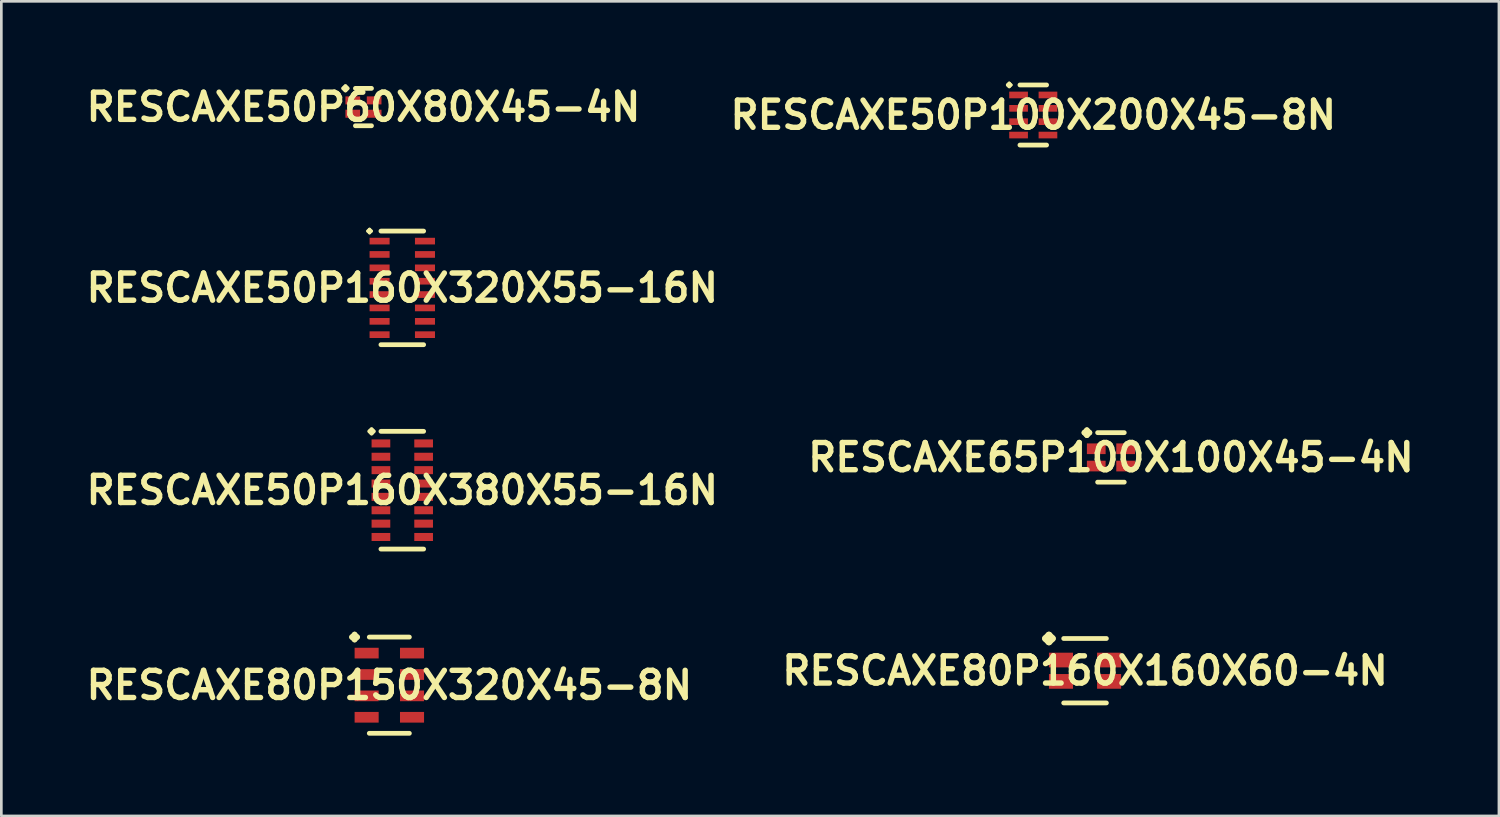
<source format=kicad_pcb>
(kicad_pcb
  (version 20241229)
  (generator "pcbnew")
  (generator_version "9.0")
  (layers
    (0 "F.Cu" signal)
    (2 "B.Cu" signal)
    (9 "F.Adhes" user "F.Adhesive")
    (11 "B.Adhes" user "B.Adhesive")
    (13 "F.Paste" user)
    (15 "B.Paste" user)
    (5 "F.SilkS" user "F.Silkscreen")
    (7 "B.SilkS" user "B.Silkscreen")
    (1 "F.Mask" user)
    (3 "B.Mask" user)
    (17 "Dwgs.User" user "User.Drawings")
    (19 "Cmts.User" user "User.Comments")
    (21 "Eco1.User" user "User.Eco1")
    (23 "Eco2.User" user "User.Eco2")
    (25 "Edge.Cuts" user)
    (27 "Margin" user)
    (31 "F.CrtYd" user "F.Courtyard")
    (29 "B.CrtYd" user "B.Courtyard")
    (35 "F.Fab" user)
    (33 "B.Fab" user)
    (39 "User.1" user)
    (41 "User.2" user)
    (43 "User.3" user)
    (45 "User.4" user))
  (footprint "RESCAXE80P160X160X60-4N"
    (layer "F.Cu")
    (at 37.5 22.016)
    (property "Reference" "RESCAXE80P160X160X60-4N" (at 0 0 0) (layer "F.SilkS") (effects (font (size 1.016 1.016) (thickness 0.203))))
    (attr smd)
    (fp_line (start -1.476 -1.204) (end -1.349 -1.331) (stroke (width 0.254) (type solid)) (layer "F.SilkS"))
    (fp_line (start -1.349 -1.331) (end -1.222 -1.204) (stroke (width 0.254) (type solid)) (layer "F.SilkS"))
    (fp_line (start -1.349 -1.077) (end -1.476 -1.204) (stroke (width 0.254) (type solid)) (layer "F.SilkS"))
    (fp_line (start -1.222 -1.204) (end -1.349 -1.077) (stroke (width 0.254) (type solid)) (layer "F.SilkS"))
    (fp_line (start -0.798 -1.204) (end 0.798 -1.204) (stroke (width 0.178) (type solid)) (layer "F.SilkS"))
    (fp_line (start -0.798 1.204) (end 0.798 1.204) (stroke (width 0.178) (type solid)) (layer "F.SilkS"))
    (pad "1" smd rect (at -0.899 -0.399) (size 0.899 0.549) (layers "F.Cu" "F.Mask" "F.Paste"))
    (pad "2" smd rect (at -0.899 0.399) (size 0.899 0.549) (layers "F.Cu" "F.Mask" "F.Paste"))
    (pad "3" smd rect (at 0.899 0.399) (size 0.899 0.549) (layers "F.Cu" "F.Mask" "F.Paste"))
    (pad "4" smd rect (at 0.899 -0.399) (size 0.899 0.549) (layers "F.Cu" "F.Mask" "F.Paste")))
  (footprint "RESCAXE50P160X320X55-16N"
    (layer "F.Cu")
    (at 11.984 7.709)
    (property "Reference" "RESCAXE50P160X320X55-16N" (at 0 0 0) (layer "F.SilkS") (effects (font (size 1.016 1.016) (thickness 0.203))))
    (attr smd)
    (fp_line (start -1.285 -2.123) (end -1.224 -2.187) (stroke (width 0.124) (type solid)) (layer "F.SilkS"))
    (fp_line (start -1.224 -2.187) (end -1.161 -2.123) (stroke (width 0.124) (type solid)) (layer "F.SilkS"))
    (fp_line (start -1.224 -2.062) (end -1.285 -2.123) (stroke (width 0.124) (type solid)) (layer "F.SilkS"))
    (fp_line (start -1.161 -2.123) (end -1.224 -2.062) (stroke (width 0.124) (type solid)) (layer "F.SilkS"))
    (fp_line (start -0.798 -2.123) (end 0.798 -2.123) (stroke (width 0.178) (type solid)) (layer "F.SilkS"))
    (fp_line (start -0.798 2.123) (end 0.798 2.123) (stroke (width 0.178) (type solid)) (layer "F.SilkS"))
    (pad "1" smd rect (at -0.848 -1.748) (size 0.749 0.249) (layers "F.Cu" "F.Mask" "F.Paste"))
    (pad "2" smd rect (at -0.848 -1.25) (size 0.749 0.249) (layers "F.Cu" "F.Mask" "F.Paste"))
    (pad "3" smd rect (at -0.848 -0.749) (size 0.749 0.249) (layers "F.Cu" "F.Mask" "F.Paste"))
    (pad "4" smd rect (at -0.848 -0.249) (size 0.749 0.249) (layers "F.Cu" "F.Mask" "F.Paste"))
    (pad "5" smd rect (at -0.848 0.249) (size 0.749 0.249) (layers "F.Cu" "F.Mask" "F.Paste"))
    (pad "6" smd rect (at -0.848 0.749) (size 0.749 0.249) (layers "F.Cu" "F.Mask" "F.Paste"))
    (pad "7" smd rect (at -0.848 1.25) (size 0.749 0.249) (layers "F.Cu" "F.Mask" "F.Paste"))
    (pad "8" smd rect (at -0.848 1.748) (size 0.749 0.249) (layers "F.Cu" "F.Mask" "F.Paste"))
    (pad "9" smd rect (at 0.848 1.748) (size 0.749 0.249) (layers "F.Cu" "F.Mask" "F.Paste"))
    (pad "10" smd rect (at 0.848 1.25) (size 0.749 0.249) (layers "F.Cu" "F.Mask" "F.Paste"))
    (pad "11" smd rect (at 0.848 0.749) (size 0.749 0.249) (layers "F.Cu" "F.Mask" "F.Paste"))
    (pad "12" smd rect (at 0.848 0.249) (size 0.749 0.249) (layers "F.Cu" "F.Mask" "F.Paste"))
    (pad "13" smd rect (at 0.848 -0.249) (size 0.749 0.249) (layers "F.Cu" "F.Mask" "F.Paste"))
    (pad "14" smd rect (at 0.848 -0.749) (size 0.749 0.249) (layers "F.Cu" "F.Mask" "F.Paste"))
    (pad "15" smd rect (at 0.848 -1.25) (size 0.749 0.249) (layers "F.Cu" "F.Mask" "F.Paste"))
    (pad "16" smd rect (at 0.848 -1.748) (size 0.749 0.249) (layers "F.Cu" "F.Mask" "F.Paste")))
  (footprint "RESCAXE80P150X320X45-8N"
    (layer "F.Cu")
    (at 11.5 22.557)
    (property "Reference" "RESCAXE80P150X320X45-8N" (at 0 0 0) (layer "F.SilkS") (effects (font (size 1.016 1.016) (thickness 0.203))))
    (attr smd)
    (fp_line (start -1.4 -1.798) (end -1.298 -1.9) (stroke (width 0.198) (type solid)) (layer "F.SilkS"))
    (fp_line (start -1.298 -1.9) (end -1.199 -1.798) (stroke (width 0.198) (type solid)) (layer "F.SilkS"))
    (fp_line (start -1.298 -1.699) (end -1.4 -1.798) (stroke (width 0.198) (type solid)) (layer "F.SilkS"))
    (fp_line (start -1.199 -1.798) (end -1.298 -1.699) (stroke (width 0.198) (type solid)) (layer "F.SilkS"))
    (fp_line (start -0.749 -1.798) (end 0.749 -1.798) (stroke (width 0.178) (type solid)) (layer "F.SilkS"))
    (fp_line (start -0.749 1.798) (end 0.749 1.798) (stroke (width 0.178) (type solid)) (layer "F.SilkS"))
    (pad "1" smd rect (at -0.848 -1.199) (size 0.899 0.399) (layers "F.Cu" "F.Mask" "F.Paste"))
    (pad "2" smd rect (at -0.848 -0.399) (size 0.899 0.399) (layers "F.Cu" "F.Mask" "F.Paste"))
    (pad "3" smd rect (at -0.848 0.399) (size 0.899 0.399) (layers "F.Cu" "F.Mask" "F.Paste"))
    (pad "4" smd rect (at -0.848 1.199) (size 0.899 0.399) (layers "F.Cu" "F.Mask" "F.Paste"))
    (pad "5" smd rect (at 0.848 1.199) (size 0.899 0.399) (layers "F.Cu" "F.Mask" "F.Paste"))
    (pad "6" smd rect (at 0.848 0.399) (size 0.899 0.399) (layers "F.Cu" "F.Mask" "F.Paste"))
    (pad "7" smd rect (at 0.848 -0.399) (size 0.899 0.399) (layers "F.Cu" "F.Mask" "F.Paste"))
    (pad "8" smd rect (at 0.848 -1.199) (size 0.899 0.399) (layers "F.Cu" "F.Mask" "F.Paste")))
  (footprint "RESCAXE65P100X100X45-4N"
    (layer "F.Cu")
    (at 38.468 14.044)
    (property "Reference" "RESCAXE65P100X100X45-4N" (at 0 0 0) (layer "F.SilkS") (effects (font (size 1.016 1.016) (thickness 0.203))))
    (attr smd)
    (fp_line (start -0.998 -0.925) (end -0.899 -1.024) (stroke (width 0.198) (type solid)) (layer "F.SilkS"))
    (fp_line (start -0.899 -1.024) (end -0.798 -0.925) (stroke (width 0.198) (type solid)) (layer "F.SilkS"))
    (fp_line (start -0.899 -0.823) (end -0.998 -0.925) (stroke (width 0.198) (type solid)) (layer "F.SilkS"))
    (fp_line (start -0.798 -0.925) (end -0.899 -0.823) (stroke (width 0.198) (type solid)) (layer "F.SilkS"))
    (fp_line (start -0.498 -0.925) (end 0.498 -0.925) (stroke (width 0.178) (type solid)) (layer "F.SilkS"))
    (fp_line (start -0.498 0.925) (end 0.498 0.925) (stroke (width 0.178) (type solid)) (layer "F.SilkS"))
    (pad "1" smd rect (at -0.549 -0.323) (size 0.699 0.399) (layers "F.Cu" "F.Mask" "F.Paste"))
    (pad "2" smd rect (at -0.549 0.323) (size 0.699 0.399) (layers "F.Cu" "F.Mask" "F.Paste"))
    (pad "3" smd rect (at 0.549 0.323) (size 0.699 0.399) (layers "F.Cu" "F.Mask" "F.Paste"))
    (pad "4" smd rect (at 0.549 -0.323) (size 0.699 0.399) (layers "F.Cu" "F.Mask" "F.Paste")))
  (footprint "RESCAXE50P100X200X45-8N"
    (layer "F.Cu")
    (at 35.565 1.248)
    (property "Reference" "RESCAXE50P100X200X45-8N" (at 0 0 0) (layer "F.SilkS") (effects (font (size 1.016 1.016) (thickness 0.203))))
    (attr smd)
    (fp_line (start -0.96 -1.123) (end -0.899 -1.186) (stroke (width 0.124) (type solid)) (layer "F.SilkS"))
    (fp_line (start -0.899 -1.186) (end -0.836 -1.123) (stroke (width 0.124) (type solid)) (layer "F.SilkS"))
    (fp_line (start -0.899 -1.062) (end -0.96 -1.123) (stroke (width 0.124) (type solid)) (layer "F.SilkS"))
    (fp_line (start -0.836 -1.123) (end -0.899 -1.062) (stroke (width 0.124) (type solid)) (layer "F.SilkS"))
    (fp_line (start -0.498 -1.123) (end 0.498 -1.123) (stroke (width 0.178) (type solid)) (layer "F.SilkS"))
    (fp_line (start -0.498 1.123) (end 0.498 1.123) (stroke (width 0.178) (type solid)) (layer "F.SilkS"))
    (pad "1" smd rect (at -0.549 -0.749) (size 0.699 0.249) (layers "F.Cu" "F.Mask" "F.Paste"))
    (pad "2" smd rect (at -0.549 -0.249) (size 0.699 0.249) (layers "F.Cu" "F.Mask" "F.Paste"))
    (pad "3" smd rect (at -0.549 0.249) (size 0.699 0.249) (layers "F.Cu" "F.Mask" "F.Paste"))
    (pad "4" smd rect (at -0.549 0.749) (size 0.699 0.249) (layers "F.Cu" "F.Mask" "F.Paste"))
    (pad "5" smd rect (at 0.549 0.749) (size 0.699 0.249) (layers "F.Cu" "F.Mask" "F.Paste"))
    (pad "6" smd rect (at 0.549 0.249) (size 0.699 0.249) (layers "F.Cu" "F.Mask" "F.Paste"))
    (pad "7" smd rect (at 0.549 -0.249) (size 0.699 0.249) (layers "F.Cu" "F.Mask" "F.Paste"))
    (pad "8" smd rect (at 0.549 -0.749) (size 0.699 0.249) (layers "F.Cu" "F.Mask" "F.Paste")))
  (footprint "RESCAXE50P160X380X55-16N"
    (layer "F.Cu")
    (at 11.984 15.27)
    (property "Reference" "RESCAXE50P160X380X55-16N" (at 0 0 0) (layer "F.SilkS") (effects (font (size 1.016 1.016) (thickness 0.203))))
    (attr smd)
    (fp_line (start -1.224 -2.2) (end -1.148 -2.273) (stroke (width 0.15) (type solid)) (layer "F.SilkS"))
    (fp_line (start -1.148 -2.273) (end -1.074 -2.2) (stroke (width 0.15) (type solid)) (layer "F.SilkS"))
    (fp_line (start -1.148 -2.123) (end -1.224 -2.2) (stroke (width 0.15) (type solid)) (layer "F.SilkS"))
    (fp_line (start -1.074 -2.2) (end -1.148 -2.123) (stroke (width 0.15) (type solid)) (layer "F.SilkS"))
    (fp_line (start -0.798 -2.2) (end 0.798 -2.2) (stroke (width 0.178) (type solid)) (layer "F.SilkS"))
    (fp_line (start -0.798 2.2) (end 0.798 2.2) (stroke (width 0.178) (type solid)) (layer "F.SilkS"))
    (pad "1" smd rect (at -0.798 -1.748) (size 0.699 0.3) (layers "F.Cu" "F.Mask" "F.Paste"))
    (pad "2" smd rect (at -0.798 -1.25) (size 0.699 0.3) (layers "F.Cu" "F.Mask" "F.Paste"))
    (pad "3" smd rect (at -0.798 -0.749) (size 0.699 0.3) (layers "F.Cu" "F.Mask" "F.Paste"))
    (pad "4" smd rect (at -0.798 -0.249) (size 0.699 0.3) (layers "F.Cu" "F.Mask" "F.Paste"))
    (pad "5" smd rect (at -0.798 0.249) (size 0.699 0.3) (layers "F.Cu" "F.Mask" "F.Paste"))
    (pad "6" smd rect (at -0.798 0.749) (size 0.699 0.3) (layers "F.Cu" "F.Mask" "F.Paste"))
    (pad "7" smd rect (at -0.798 1.25) (size 0.699 0.3) (layers "F.Cu" "F.Mask" "F.Paste"))
    (pad "8" smd rect (at -0.798 1.748) (size 0.699 0.3) (layers "F.Cu" "F.Mask" "F.Paste"))
    (pad "9" smd rect (at 0.798 1.748) (size 0.699 0.3) (layers "F.Cu" "F.Mask" "F.Paste"))
    (pad "10" smd rect (at 0.798 1.25) (size 0.699 0.3) (layers "F.Cu" "F.Mask" "F.Paste"))
    (pad "11" smd rect (at 0.798 0.749) (size 0.699 0.3) (layers "F.Cu" "F.Mask" "F.Paste"))
    (pad "12" smd rect (at 0.798 0.249) (size 0.699 0.3) (layers "F.Cu" "F.Mask" "F.Paste"))
    (pad "13" smd rect (at 0.798 -0.249) (size 0.699 0.3) (layers "F.Cu" "F.Mask" "F.Paste"))
    (pad "14" smd rect (at 0.798 -0.749) (size 0.699 0.3) (layers "F.Cu" "F.Mask" "F.Paste"))
    (pad "15" smd rect (at 0.798 -1.25) (size 0.699 0.3) (layers "F.Cu" "F.Mask" "F.Paste"))
    (pad "16" smd rect (at 0.798 -1.748) (size 0.699 0.3) (layers "F.Cu" "F.Mask" "F.Paste")))
  (footprint "RESCAXE50P60X80X45-4N"
    (layer "F.Cu")
    (at 10.533 0.951)
    (property "Reference" "RESCAXE50P60X80X45-4N" (at 0 0 0) (layer "F.SilkS") (effects (font (size 1.016 1.016) (thickness 0.203))))
    (attr smd)
    (fp_line (start -0.749 -0.699) (end -0.673 -0.775) (stroke (width 0.15) (type solid)) (layer "F.SilkS"))
    (fp_line (start -0.673 -0.775) (end -0.599 -0.699) (stroke (width 0.15) (type solid)) (layer "F.SilkS"))
    (fp_line (start -0.673 -0.625) (end -0.749 -0.699) (stroke (width 0.15) (type solid)) (layer "F.SilkS"))
    (fp_line (start -0.599 -0.699) (end -0.673 -0.625) (stroke (width 0.15) (type solid)) (layer "F.SilkS"))
    (fp_line (start -0.3 -0.699) (end 0.3 -0.699) (stroke (width 0.178) (type solid)) (layer "F.SilkS"))
    (fp_line (start -0.3 0.699) (end 0.3 0.699) (stroke (width 0.178) (type solid)) (layer "F.SilkS"))
    (pad "1" smd rect (at -0.399 -0.249) (size 0.549 0.3) (layers "F.Cu" "F.Mask" "F.Paste"))
    (pad "2" smd rect (at -0.399 0.249) (size 0.549 0.3) (layers "F.Cu" "F.Mask" "F.Paste"))
    (pad "3" smd rect (at 0.399 0.249) (size 0.549 0.3) (layers "F.Cu" "F.Mask" "F.Paste"))
    (pad "4" smd rect (at 0.399 -0.249) (size 0.549 0.3) (layers "F.Cu" "F.Mask" "F.Paste")))
  (gr_rect
    (start -3 -3)
    (end 52.968 27.444)
    (stroke (width 0.1) (type default))
    (fill no)
    (layer "Edge.Cuts")))
</source>
